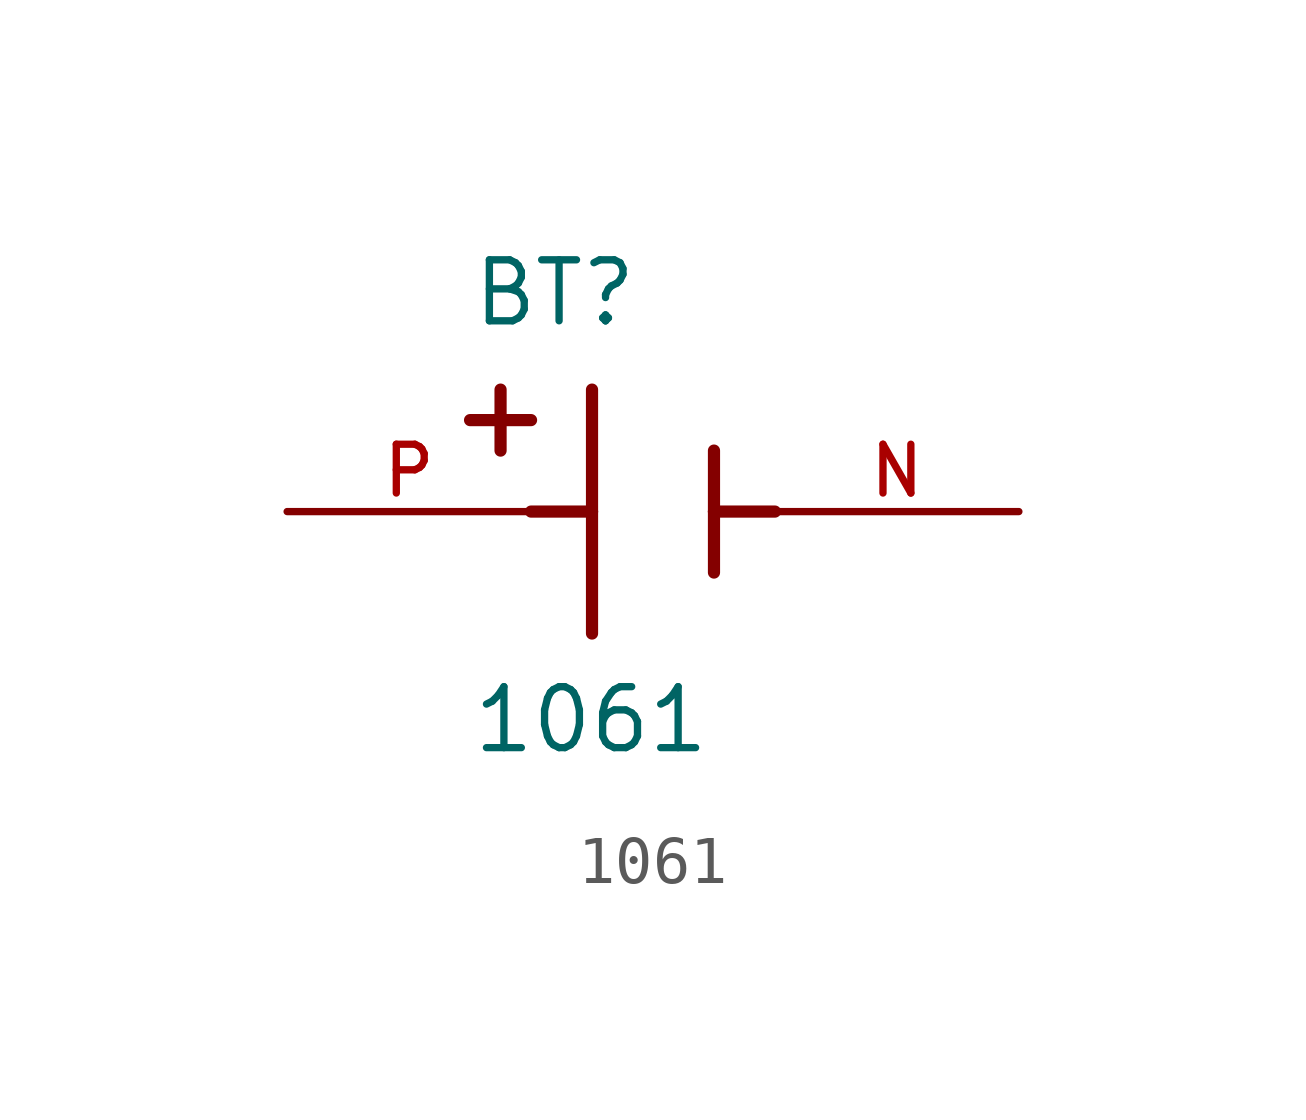
<source format=kicad_sym>
(kicad_symbol_lib
  (version 20211014)
  (generator kicad_symbol_editor)
  (symbol "1061"
    (pin_names
      (offset 1.016))
    (property "Reference" "BT"
      (at -3.81 3.81 0)
      (effects (font (size 1.27 1.27)) (justify bottom left)))
    (property "Value" "1061"
      (at -3.81 -5.08 0)
      (effects (font (size 1.27 1.27)) (justify bottom left)))
    (symbol "1061_0_0"
      (polyline (pts (xy -1.27 2.54) (xy -1.27 0.0)) (stroke (width 0.254)))
      (polyline (pts (xy -1.27 0.0) (xy -1.27 -2.54)) (stroke (width 0.254)))
      (polyline (pts (xy 1.27 1.27) (xy 1.27 0.0)) (stroke (width 0.254)))
      (polyline (pts (xy 1.27 0.0) (xy 1.27 -1.27)) (stroke (width 0.254)))
      (polyline (pts (xy -1.27 0.0) (xy -2.54 0.0)) (stroke (width 0.254)))
      (polyline (pts (xy 1.27 0.0) (xy 2.54 0.0)) (stroke (width 0.254)))
      (polyline (pts (xy -3.175 2.54) (xy -3.175 1.27)) (stroke (width 0.254)))
      (polyline (pts (xy -3.81 1.905) (xy -2.54 1.905)) (stroke (width 0.254)))
      (pin passive line (at -7.62 0.0 0) (length 5.08) (name "~" (effects (font (size 1.016 1.016)))) (number "P" (effects (font (size 1.016 1.016)))))
      (pin passive line (at 7.62 0.0 180.0) (length 5.08) (name "~" (effects (font (size 1.016 1.016)))) (number "N" (effects (font (size 1.016 1.016))))))))
</source>
